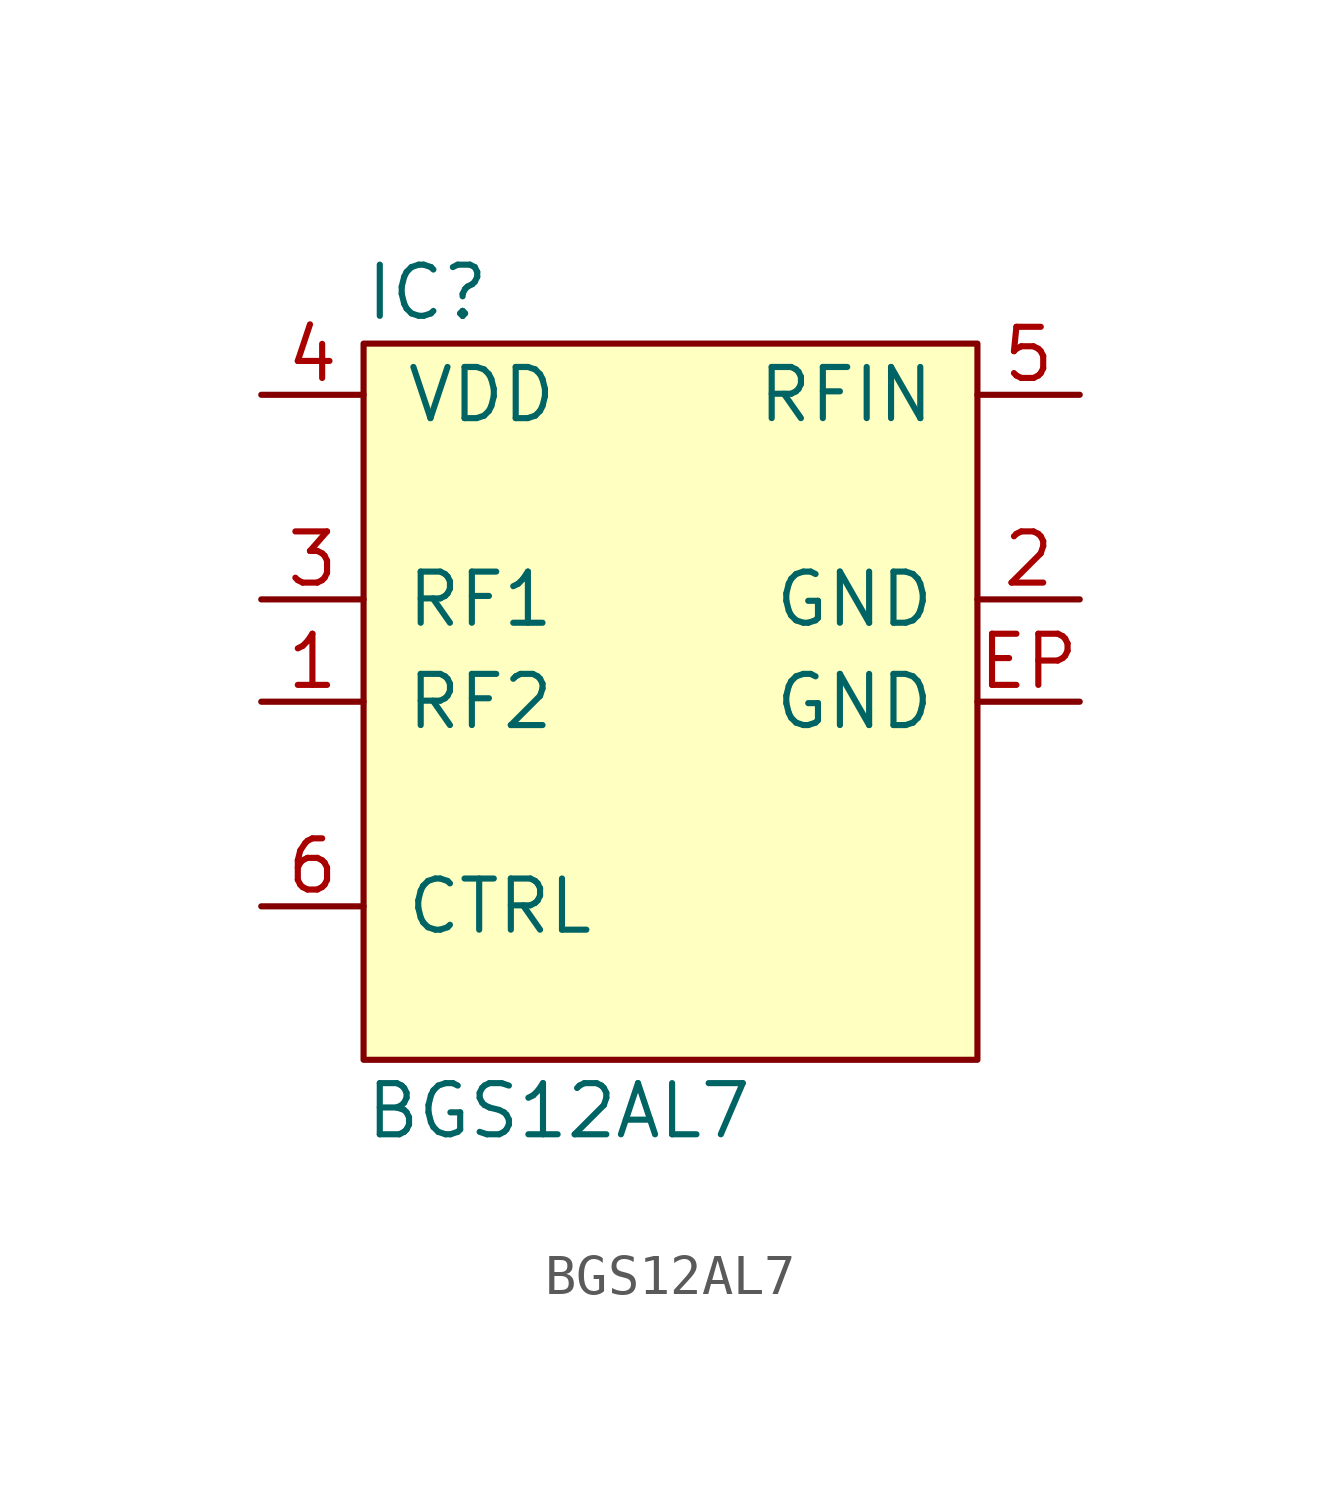
<source format=kicad_sym>
(kicad_symbol_lib
  (version 20211014)
  (generator agg_kicad.build_lib_ic)
  (symbol "BGS12AL7"
    (pin_names
      (offset 1.016))
    (property Reference IC
      (at -7.62 10.16 0)
      (effects (font (size 1.27 1.27)) (justify left)))
    (property Value "BGS12AL7"
      (at -7.62 -10.16 0)
      (effects (font (size 1.27 1.27)) (justify left)))
    (symbol "BGS12AL7_0_0"
      (rectangle (start -7.62 8.89) (end 7.62 -8.89) (stroke (width 0) (type default) (color 0 0 0 0)) (fill (type background)))
      (pin power_in line (at -10.16 7.62 0) (length 2.54) (name VDD (effects (font (size 1.27 1.27)))) (number "4" (effects (font (size 1.27 1.27)))))
      (pin passive line (at -10.16 2.54 0) (length 2.54) (name "RF1" (effects (font (size 1.27 1.27)))) (number "3" (effects (font (size 1.27 1.27)))))
      (pin passive line (at -10.16 0 0) (length 2.54) (name "RF2" (effects (font (size 1.27 1.27)))) (number "1" (effects (font (size 1.27 1.27)))))
      (pin input line (at -10.16 -5.08 0) (length 2.54) (name CTRL (effects (font (size 1.27 1.27)))) (number "6" (effects (font (size 1.27 1.27)))))
      (pin passive line (at 10.16 7.62 180) (length 2.54) (name RFIN (effects (font (size 1.27 1.27)))) (number "5" (effects (font (size 1.27 1.27)))))
      (pin power_in line (at 10.16 2.54 180) (length 2.54) (name GND (effects (font (size 1.27 1.27)))) (number "2" (effects (font (size 1.27 1.27)))))
      (pin power_in line (at 10.16 0 180) (length 2.54) (name GND (effects (font (size 1.27 1.27)))) (number EP (effects (font (size 1.27 1.27))))))))
</source>
